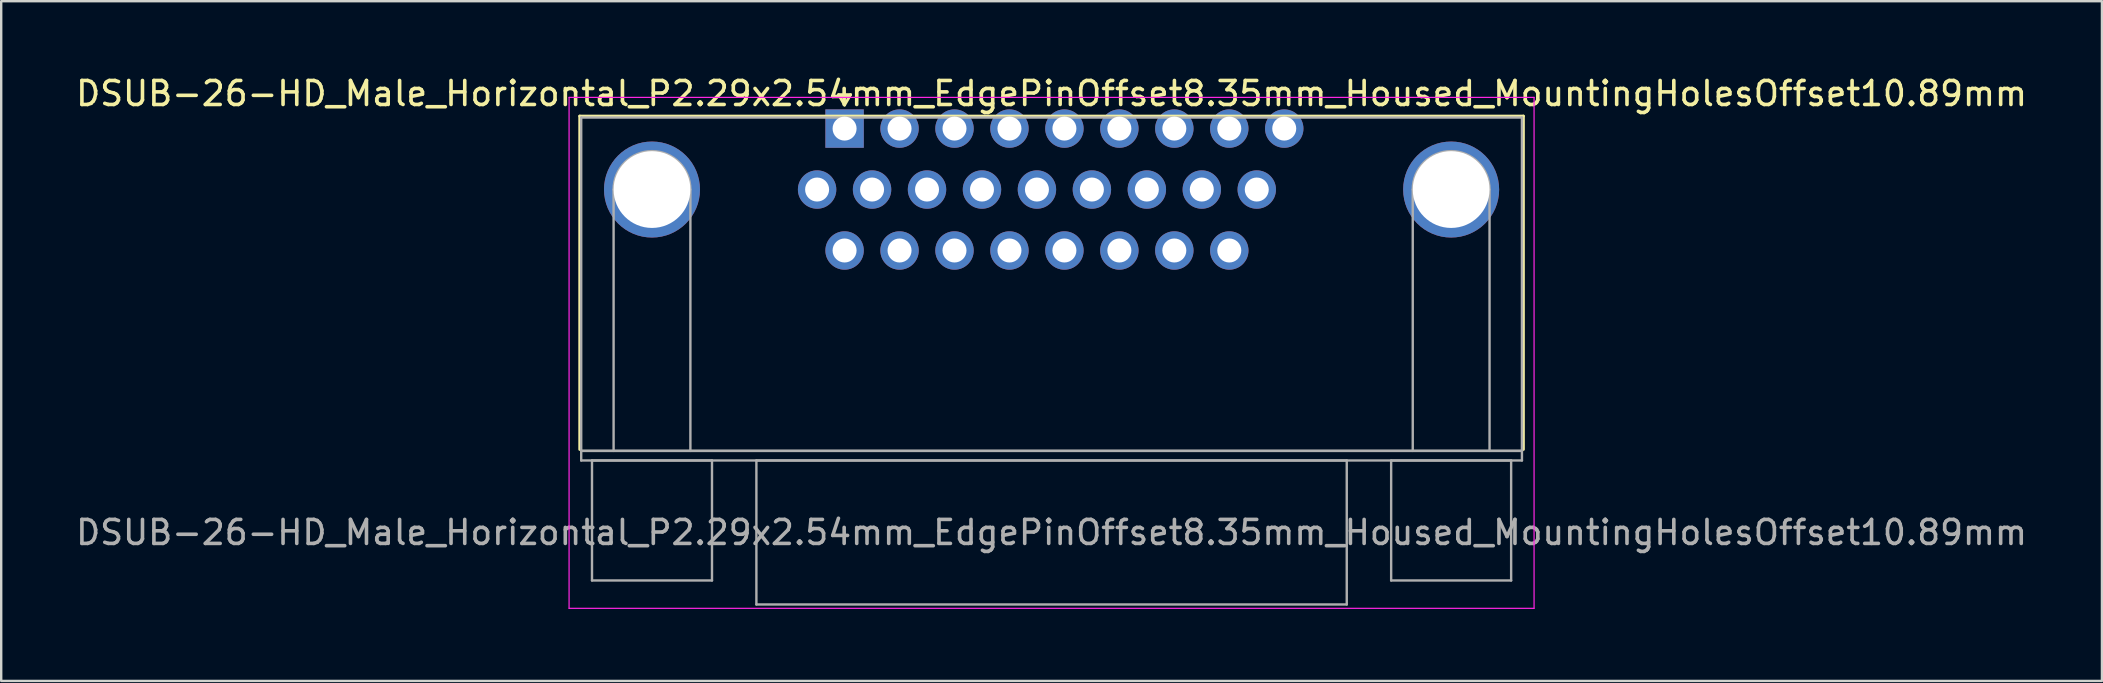
<source format=kicad_pcb>
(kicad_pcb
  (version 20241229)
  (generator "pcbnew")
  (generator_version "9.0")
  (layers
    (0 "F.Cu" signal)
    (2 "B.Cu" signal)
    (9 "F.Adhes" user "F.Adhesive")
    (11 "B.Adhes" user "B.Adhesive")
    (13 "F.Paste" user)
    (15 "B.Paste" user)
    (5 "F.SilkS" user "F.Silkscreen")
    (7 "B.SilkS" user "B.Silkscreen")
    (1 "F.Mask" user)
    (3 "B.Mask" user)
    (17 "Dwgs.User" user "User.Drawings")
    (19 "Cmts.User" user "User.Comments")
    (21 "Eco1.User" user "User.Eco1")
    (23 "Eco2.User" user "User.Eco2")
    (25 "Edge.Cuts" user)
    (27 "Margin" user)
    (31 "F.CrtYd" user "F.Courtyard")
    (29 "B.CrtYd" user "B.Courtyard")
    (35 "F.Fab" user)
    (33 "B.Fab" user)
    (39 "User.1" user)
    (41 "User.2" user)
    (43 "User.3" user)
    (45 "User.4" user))
  (footprint "DSUB-26-HD_Male_Horizontal_P2.29x2.54mm_EdgePinOffset8.35mm_Housed_MountingHolesOffset10.89mm"
    (layer "F.Cu")
    (at 32.143 2.308)
    (property "Reference" "DSUB-26-HD_Male_Horizontal_P2.29x2.54mm_EdgePinOffset8.35mm_Housed_MountingHolesOffset10.89mm" (at 8.625 -1.46 0) (layer "F.SilkS") (effects (font (size 1 1) (thickness 0.15))))
    (attr through_hole)
    (fp_line (start -11.035 -0.52) (end 28.285 -0.52) (stroke (width 0.12) (type solid)) (layer "F.SilkS"))
    (fp_line (start -11.035 13.37) (end -11.035 -0.52) (stroke (width 0.12) (type solid)) (layer "F.SilkS"))
    (fp_line (start -0.25 -1.414) (end 0.25 -1.414) (stroke (width 0.12) (type solid)) (layer "F.SilkS"))
    (fp_line (start 0 -0.981) (end -0.25 -1.414) (stroke (width 0.12) (type solid)) (layer "F.SilkS"))
    (fp_line (start 0.25 -1.414) (end 0 -0.981) (stroke (width 0.12) (type solid)) (layer "F.SilkS"))
    (fp_line (start 28.285 -0.52) (end 28.285 13.37) (stroke (width 0.12) (type solid)) (layer "F.SilkS"))
    (fp_line (start -11.48 -1.3) (end -11.48 19.99) (stroke (width 0.05) (type solid)) (layer "F.CrtYd"))
    (fp_line (start -11.48 19.99) (end 28.73 19.99) (stroke (width 0.05) (type solid)) (layer "F.CrtYd"))
    (fp_line (start 28.73 -1.3) (end -11.48 -1.3) (stroke (width 0.05) (type solid)) (layer "F.CrtYd"))
    (fp_line (start 28.73 19.99) (end 28.73 -1.3) (stroke (width 0.05) (type solid)) (layer "F.CrtYd"))
    (fp_line (start -10.975 -0.46) (end -10.975 13.43) (stroke (width 0.1) (type solid)) (layer "F.Fab"))
    (fp_line (start -10.975 13.43) (end -10.975 13.83) (stroke (width 0.1) (type solid)) (layer "F.Fab"))
    (fp_line (start -10.975 13.43) (end 28.225 13.43) (stroke (width 0.1) (type solid)) (layer "F.Fab"))
    (fp_line (start -10.975 13.83) (end 28.225 13.83) (stroke (width 0.1) (type solid)) (layer "F.Fab"))
    (fp_line (start -10.525 13.83) (end -10.525 18.83) (stroke (width 0.1) (type solid)) (layer "F.Fab"))
    (fp_line (start -10.525 18.83) (end -5.525 18.83) (stroke (width 0.1) (type solid)) (layer "F.Fab"))
    (fp_line (start -9.625 13.43) (end -9.625 2.54) (stroke (width 0.1) (type solid)) (layer "F.Fab"))
    (fp_line (start -6.425 13.43) (end -6.425 2.54) (stroke (width 0.1) (type solid)) (layer "F.Fab"))
    (fp_line (start -5.525 13.83) (end -10.525 13.83) (stroke (width 0.1) (type solid)) (layer "F.Fab"))
    (fp_line (start -5.525 18.83) (end -5.525 13.83) (stroke (width 0.1) (type solid)) (layer "F.Fab"))
    (fp_line (start -3.675 13.83) (end -3.675 19.83) (stroke (width 0.1) (type solid)) (layer "F.Fab"))
    (fp_line (start -3.675 19.83) (end 20.925 19.83) (stroke (width 0.1) (type solid)) (layer "F.Fab"))
    (fp_line (start 20.925 13.83) (end -3.675 13.83) (stroke (width 0.1) (type solid)) (layer "F.Fab"))
    (fp_line (start 20.925 19.83) (end 20.925 13.83) (stroke (width 0.1) (type solid)) (layer "F.Fab"))
    (fp_line (start 22.775 13.83) (end 22.775 18.83) (stroke (width 0.1) (type solid)) (layer "F.Fab"))
    (fp_line (start 22.775 18.83) (end 27.775 18.83) (stroke (width 0.1) (type solid)) (layer "F.Fab"))
    (fp_line (start 23.675 13.43) (end 23.675 2.54) (stroke (width 0.1) (type solid)) (layer "F.Fab"))
    (fp_line (start 26.875 13.43) (end 26.875 2.54) (stroke (width 0.1) (type solid)) (layer "F.Fab"))
    (fp_line (start 27.775 13.83) (end 22.775 13.83) (stroke (width 0.1) (type solid)) (layer "F.Fab"))
    (fp_line (start 27.775 18.83) (end 27.775 13.83) (stroke (width 0.1) (type solid)) (layer "F.Fab"))
    (fp_line (start 28.225 -0.46) (end -10.975 -0.46) (stroke (width 0.1) (type solid)) (layer "F.Fab"))
    (fp_line (start 28.225 13.43) (end -10.975 13.43) (stroke (width 0.1) (type solid)) (layer "F.Fab"))
    (fp_line (start 28.225 13.43) (end 28.225 -0.46) (stroke (width 0.1) (type solid)) (layer "F.Fab"))
    (fp_line (start 28.225 13.83) (end 28.225 13.43) (stroke (width 0.1) (type solid)) (layer "F.Fab"))
    (fp_arc (start -9.625 2.54) (mid -8.025 0.94) (end -6.425 2.54) (stroke (width 0.1) (type solid)) (layer "F.Fab"))
    (fp_arc (start 23.675 2.54) (mid 25.275 0.94) (end 26.875 2.54) (stroke (width 0.1) (type solid)) (layer "F.Fab"))
    (fp_text user "${REFERENCE}" (at 8.625 16.83 0) (layer "F.Fab") (effects (font (size 1 1) (thickness 0.15))))
    (pad "0" thru_hole circle (at -8.025 2.54) (size 4 4) (drill 3.2) (layers "*.Cu" "*.Mask"))
    (pad "0" thru_hole circle (at 25.275 2.54) (size 4 4) (drill 3.2) (layers "*.Cu" "*.Mask"))
    (pad "1" thru_hole rect (at 0 0) (size 1.6 1.6) (drill 1) (layers "*.Cu" "*.Mask"))
    (pad "2" thru_hole circle (at 2.29 0) (size 1.6 1.6) (drill 1) (layers "*.Cu" "*.Mask"))
    (pad "3" thru_hole circle (at 4.58 0) (size 1.6 1.6) (drill 1) (layers "*.Cu" "*.Mask"))
    (pad "4" thru_hole circle (at 6.87 0) (size 1.6 1.6) (drill 1) (layers "*.Cu" "*.Mask"))
    (pad "5" thru_hole circle (at 9.16 0) (size 1.6 1.6) (drill 1) (layers "*.Cu" "*.Mask"))
    (pad "6" thru_hole circle (at 11.45 0) (size 1.6 1.6) (drill 1) (layers "*.Cu" "*.Mask"))
    (pad "7" thru_hole circle (at 13.74 0) (size 1.6 1.6) (drill 1) (layers "*.Cu" "*.Mask"))
    (pad "8" thru_hole circle (at 16.03 0) (size 1.6 1.6) (drill 1) (layers "*.Cu" "*.Mask"))
    (pad "9" thru_hole circle (at 18.32 0) (size 1.6 1.6) (drill 1) (layers "*.Cu" "*.Mask"))
    (pad "10" thru_hole circle (at -1.145 2.54) (size 1.6 1.6) (drill 1) (layers "*.Cu" "*.Mask"))
    (pad "11" thru_hole circle (at 1.145 2.54) (size 1.6 1.6) (drill 1) (layers "*.Cu" "*.Mask"))
    (pad "12" thru_hole circle (at 3.435 2.54) (size 1.6 1.6) (drill 1) (layers "*.Cu" "*.Mask"))
    (pad "13" thru_hole circle (at 5.725 2.54) (size 1.6 1.6) (drill 1) (layers "*.Cu" "*.Mask"))
    (pad "14" thru_hole circle (at 8.015 2.54) (size 1.6 1.6) (drill 1) (layers "*.Cu" "*.Mask"))
    (pad "15" thru_hole circle (at 10.305 2.54) (size 1.6 1.6) (drill 1) (layers "*.Cu" "*.Mask"))
    (pad "16" thru_hole circle (at 12.595 2.54) (size 1.6 1.6) (drill 1) (layers "*.Cu" "*.Mask"))
    (pad "17" thru_hole circle (at 14.885 2.54) (size 1.6 1.6) (drill 1) (layers "*.Cu" "*.Mask"))
    (pad "18" thru_hole circle (at 17.175 2.54) (size 1.6 1.6) (drill 1) (layers "*.Cu" "*.Mask"))
    (pad "19" thru_hole circle (at 0 5.08) (size 1.6 1.6) (drill 1) (layers "*.Cu" "*.Mask"))
    (pad "20" thru_hole circle (at 2.29 5.08) (size 1.6 1.6) (drill 1) (layers "*.Cu" "*.Mask"))
    (pad "21" thru_hole circle (at 4.58 5.08) (size 1.6 1.6) (drill 1) (layers "*.Cu" "*.Mask"))
    (pad "22" thru_hole circle (at 6.87 5.08) (size 1.6 1.6) (drill 1) (layers "*.Cu" "*.Mask"))
    (pad "23" thru_hole circle (at 9.16 5.08) (size 1.6 1.6) (drill 1) (layers "*.Cu" "*.Mask"))
    (pad "24" thru_hole circle (at 11.45 5.08) (size 1.6 1.6) (drill 1) (layers "*.Cu" "*.Mask"))
    (pad "25" thru_hole circle (at 13.74 5.08) (size 1.6 1.6) (drill 1) (layers "*.Cu" "*.Mask"))
    (pad "26" thru_hole circle (at 16.03 5.08) (size 1.6 1.6) (drill 1) (layers "*.Cu" "*.Mask")))
  (gr_rect
    (start -3 -3)
    (end 84.536 25.323)
    (stroke (width 0.1) (type default))
    (fill no)
    (layer "Edge.Cuts")))
</source>
